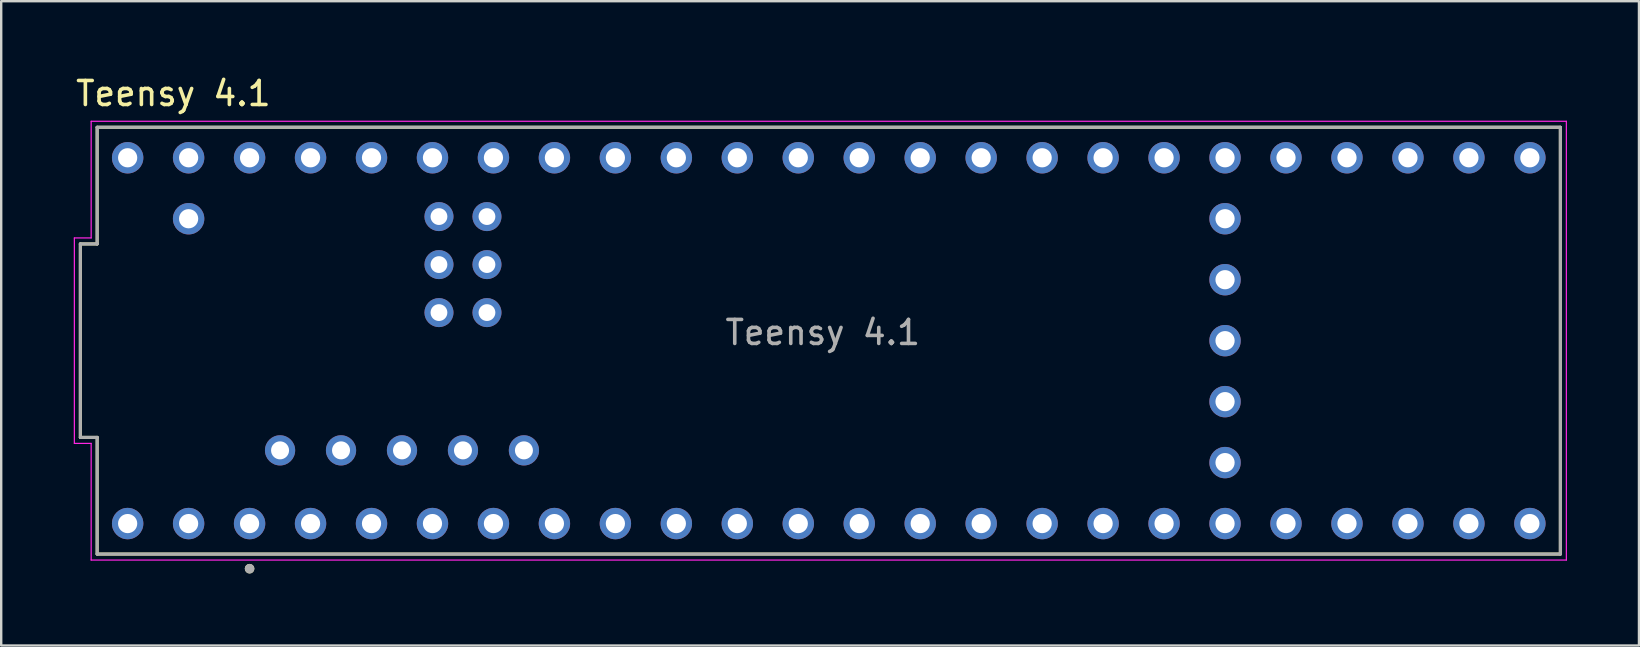
<source format=kicad_pcb>
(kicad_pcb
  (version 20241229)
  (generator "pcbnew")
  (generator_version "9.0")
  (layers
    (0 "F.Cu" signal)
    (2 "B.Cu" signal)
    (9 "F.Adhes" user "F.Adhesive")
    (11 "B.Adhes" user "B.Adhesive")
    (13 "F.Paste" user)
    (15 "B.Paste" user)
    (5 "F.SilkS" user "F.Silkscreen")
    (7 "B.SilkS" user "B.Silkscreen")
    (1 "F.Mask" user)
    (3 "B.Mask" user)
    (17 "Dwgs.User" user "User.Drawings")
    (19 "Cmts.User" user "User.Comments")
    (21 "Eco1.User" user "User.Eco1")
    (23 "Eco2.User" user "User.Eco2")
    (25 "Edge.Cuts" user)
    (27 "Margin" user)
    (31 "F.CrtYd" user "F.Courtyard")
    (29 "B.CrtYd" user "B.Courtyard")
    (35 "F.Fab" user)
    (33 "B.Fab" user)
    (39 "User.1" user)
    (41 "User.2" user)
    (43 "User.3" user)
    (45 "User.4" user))
  (footprint "Teensy 4.1"
    (layer "F.Cu")
    (at 31.478 11.143)
    (property "Reference" "Teensy 4.1" (at -27.305 -10.295 0) (layer "F.SilkS") (effects (font (size 1 1) (thickness 0.15))))
    (attr through_hole)
    (fp_line (start -31.18 4.03) (end -31.18 -4.03) (stroke (width 0.127) (type solid)) (layer "F.SilkS"))
    (fp_line (start -30.48 -8.89) (end -30.48 -4.03) (stroke (width 0.127) (type solid)) (layer "F.SilkS"))
    (fp_line (start -30.48 -8.89) (end 30.48 -8.89) (stroke (width 0.127) (type solid)) (layer "F.SilkS"))
    (fp_line (start -30.48 -4.03) (end -31.18 -4.03) (stroke (width 0.127) (type solid)) (layer "F.SilkS"))
    (fp_line (start -30.48 4.03) (end -31.18 4.03) (stroke (width 0.127) (type solid)) (layer "F.SilkS"))
    (fp_line (start -30.48 8.89) (end -30.48 4.03) (stroke (width 0.127) (type solid)) (layer "F.SilkS"))
    (fp_line (start 30.48 -8.89) (end 30.48 8.89) (stroke (width 0.127) (type solid)) (layer "F.SilkS"))
    (fp_line (start 30.48 8.89) (end -30.48 8.89) (stroke (width 0.127) (type solid)) (layer "F.SilkS"))
    (fp_circle (center -24.13 9.5) (end -24.03 9.5) (stroke (width 0.2) (type solid)) (fill no) (layer "F.SilkS"))
    (fp_line (start -31.43 4.28) (end -31.43 -4.28) (stroke (width 0.05) (type solid)) (layer "F.CrtYd"))
    (fp_line (start -30.73 -9.14) (end -30.73 -4.28) (stroke (width 0.05) (type solid)) (layer "F.CrtYd"))
    (fp_line (start -30.73 -9.14) (end 30.73 -9.14) (stroke (width 0.05) (type solid)) (layer "F.CrtYd"))
    (fp_line (start -30.73 -4.28) (end -31.43 -4.28) (stroke (width 0.05) (type solid)) (layer "F.CrtYd"))
    (fp_line (start -30.73 4.28) (end -31.43 4.28) (stroke (width 0.05) (type solid)) (layer "F.CrtYd"))
    (fp_line (start -30.73 9.14) (end -30.73 4.28) (stroke (width 0.05) (type solid)) (layer "F.CrtYd"))
    (fp_line (start 30.73 -9.14) (end 30.73 9.14) (stroke (width 0.05) (type solid)) (layer "F.CrtYd"))
    (fp_line (start 30.73 9.14) (end -30.73 9.14) (stroke (width 0.05) (type solid)) (layer "F.CrtYd"))
    (fp_line (start -31.18 4.03) (end -31.18 -4.03) (stroke (width 0.127) (type solid)) (layer "F.Fab"))
    (fp_line (start -30.48 -8.89) (end -30.48 -4.03) (stroke (width 0.127) (type solid)) (layer "F.Fab"))
    (fp_line (start -30.48 -8.89) (end 30.48 -8.89) (stroke (width 0.127) (type solid)) (layer "F.Fab"))
    (fp_line (start -30.48 -4.03) (end -31.18 -4.03) (stroke (width 0.127) (type solid)) (layer "F.Fab"))
    (fp_line (start -30.48 4.03) (end -31.18 4.03) (stroke (width 0.127) (type solid)) (layer "F.Fab"))
    (fp_line (start -30.48 8.89) (end -30.48 4.03) (stroke (width 0.127) (type solid)) (layer "F.Fab"))
    (fp_line (start 30.48 -8.89) (end 30.48 8.89) (stroke (width 0.127) (type solid)) (layer "F.Fab"))
    (fp_line (start 30.48 8.89) (end -30.48 8.89) (stroke (width 0.127) (type solid)) (layer "F.Fab"))
    (fp_circle (center -24.13 9.5) (end -24.03 9.5) (stroke (width 0.2) (type solid)) (fill no) (layer "F.Fab"))
    (fp_text user "Teensy 4.1" (at -0.25 -0.34 0) (layer "F.Fab") (effects (font (size 1 1) (thickness 0.15))))
    (pad "0" thru_hole circle (at -26.67 7.62) (size 1.308 1.308) (drill 0.8) (layers "*.Cu" "*.Mask"))
    (pad "1" thru_hole circle (at -24.13 7.62) (size 1.308 1.308) (drill 0.8) (layers "*.Cu" "*.Mask"))
    (pad "2" thru_hole circle (at -21.59 7.62) (size 1.308 1.308) (drill 0.8) (layers "*.Cu" "*.Mask"))
    (pad "3" thru_hole circle (at -19.05 7.62) (size 1.308 1.308) (drill 0.8) (layers "*.Cu" "*.Mask"))
    (pad "3.3V_1" thru_hole circle (at 6.35 7.62) (size 1.308 1.308) (drill 0.8) (layers "*.Cu" "*.Mask"))
    (pad "3.3V_2" thru_hole circle (at -24.13 -7.62) (size 1.308 1.308) (drill 0.8) (layers "*.Cu" "*.Mask"))
    (pad "3.3V_3" thru_hole circle (at 16.51 2.54) (size 1.308 1.308) (drill 0.8) (layers "*.Cu" "*.Mask"))
    (pad "4" thru_hole circle (at -16.51 7.62) (size 1.308 1.308) (drill 0.8) (layers "*.Cu" "*.Mask"))
    (pad "5" thru_hole circle (at -13.97 7.62) (size 1.308 1.308) (drill 0.8) (layers "*.Cu" "*.Mask"))
    (pad "5V" thru_hole circle (at -22.86 4.57) (size 1.258 1.258) (drill 0.75) (layers "*.Cu" "*.Mask"))
    (pad "6" thru_hole circle (at -11.43 7.62) (size 1.308 1.308) (drill 0.8) (layers "*.Cu" "*.Mask"))
    (pad "7" thru_hole circle (at -8.89 7.62) (size 1.308 1.308) (drill 0.8) (layers "*.Cu" "*.Mask"))
    (pad "8" thru_hole circle (at -6.35 7.62) (size 1.308 1.308) (drill 0.8) (layers "*.Cu" "*.Mask"))
    (pad "9" thru_hole circle (at -3.81 7.62) (size 1.308 1.308) (drill 0.8) (layers "*.Cu" "*.Mask"))
    (pad "10" thru_hole circle (at -1.27 7.62) (size 1.308 1.308) (drill 0.8) (layers "*.Cu" "*.Mask"))
    (pad "11" thru_hole circle (at 1.27 7.62) (size 1.308 1.308) (drill 0.8) (layers "*.Cu" "*.Mask"))
    (pad "12" thru_hole circle (at 3.81 7.62) (size 1.308 1.308) (drill 0.8) (layers "*.Cu" "*.Mask"))
    (pad "13" thru_hole circle (at 3.81 -7.62) (size 1.308 1.308) (drill 0.8) (layers "*.Cu" "*.Mask"))
    (pad "14" thru_hole circle (at 1.27 -7.62) (size 1.308 1.308) (drill 0.8) (layers "*.Cu" "*.Mask"))
    (pad "15" thru_hole circle (at -1.27 -7.62) (size 1.308 1.308) (drill 0.8) (layers "*.Cu" "*.Mask"))
    (pad "16" thru_hole circle (at -3.81 -7.62) (size 1.308 1.308) (drill 0.8) (layers "*.Cu" "*.Mask"))
    (pad "17" thru_hole circle (at -6.35 -7.62) (size 1.308 1.308) (drill 0.8) (layers "*.Cu" "*.Mask"))
    (pad "18" thru_hole circle (at -8.89 -7.62) (size 1.308 1.308) (drill 0.8) (layers "*.Cu" "*.Mask"))
    (pad "19" thru_hole circle (at -11.43 -7.62) (size 1.308 1.308) (drill 0.8) (layers "*.Cu" "*.Mask"))
    (pad "20" thru_hole circle (at -13.97 -7.62) (size 1.308 1.308) (drill 0.8) (layers "*.Cu" "*.Mask"))
    (pad "21" thru_hole circle (at -16.51 -7.62) (size 1.308 1.308) (drill 0.8) (layers "*.Cu" "*.Mask"))
    (pad "22" thru_hole circle (at -19.05 -7.62) (size 1.308 1.308) (drill 0.8) (layers "*.Cu" "*.Mask"))
    (pad "23" thru_hole circle (at -21.59 -7.62) (size 1.308 1.308) (drill 0.8) (layers "*.Cu" "*.Mask"))
    (pad "24" thru_hole circle (at 8.89 7.62) (size 1.308 1.308) (drill 0.8) (layers "*.Cu" "*.Mask"))
    (pad "25" thru_hole circle (at 11.43 7.62) (size 1.308 1.308) (drill 0.8) (layers "*.Cu" "*.Mask"))
    (pad "26" thru_hole circle (at 13.97 7.62) (size 1.308 1.308) (drill 0.8) (layers "*.Cu" "*.Mask"))
    (pad "27" thru_hole circle (at 16.51 7.62) (size 1.308 1.308) (drill 0.8) (layers "*.Cu" "*.Mask"))
    (pad "28" thru_hole circle (at 19.05 7.62) (size 1.308 1.308) (drill 0.8) (layers "*.Cu" "*.Mask"))
    (pad "29" thru_hole circle (at 21.59 7.62) (size 1.308 1.308) (drill 0.8) (layers "*.Cu" "*.Mask"))
    (pad "30" thru_hole circle (at 24.13 7.62) (size 1.308 1.308) (drill 0.8) (layers "*.Cu" "*.Mask"))
    (pad "31" thru_hole circle (at 26.67 7.62) (size 1.308 1.308) (drill 0.8) (layers "*.Cu" "*.Mask"))
    (pad "32" thru_hole circle (at 29.21 7.62) (size 1.308 1.308) (drill 0.8) (layers "*.Cu" "*.Mask"))
    (pad "33" thru_hole circle (at 29.21 -7.62) (size 1.308 1.308) (drill 0.8) (layers "*.Cu" "*.Mask"))
    (pad "34" thru_hole circle (at 26.67 -7.62) (size 1.308 1.308) (drill 0.8) (layers "*.Cu" "*.Mask"))
    (pad "35" thru_hole circle (at 24.13 -7.62) (size 1.308 1.308) (drill 0.8) (layers "*.Cu" "*.Mask"))
    (pad "36" thru_hole circle (at 21.59 -7.62) (size 1.308 1.308) (drill 0.8) (layers "*.Cu" "*.Mask"))
    (pad "37" thru_hole circle (at 19.05 -7.62) (size 1.308 1.308) (drill 0.8) (layers "*.Cu" "*.Mask"))
    (pad "38" thru_hole circle (at 16.51 -7.62) (size 1.308 1.308) (drill 0.8) (layers "*.Cu" "*.Mask"))
    (pad "39" thru_hole circle (at 13.97 -7.62) (size 1.308 1.308) (drill 0.8) (layers "*.Cu" "*.Mask"))
    (pad "40" thru_hole circle (at 11.43 -7.62) (size 1.308 1.308) (drill 0.8) (layers "*.Cu" "*.Mask"))
    (pad "41" thru_hole circle (at 8.89 -7.62) (size 1.308 1.308) (drill 0.8) (layers "*.Cu" "*.Mask"))
    (pad "D+" thru_hole circle (at -17.78 4.57) (size 1.258 1.258) (drill 0.75) (layers "*.Cu" "*.Mask"))
    (pad "D-" thru_hole circle (at -20.32 4.57) (size 1.258 1.258) (drill 0.75) (layers "*.Cu" "*.Mask"))
    (pad "GND1" thru_hole circle (at -29.21 7.62) (size 1.308 1.308) (drill 0.8) (layers "*.Cu" "*.Mask"))
    (pad "GND2" thru_hole circle (at 6.35 -7.62) (size 1.308 1.308) (drill 0.8) (layers "*.Cu" "*.Mask"))
    (pad "GND3" thru_hole circle (at -26.67 -7.62) (size 1.308 1.308) (drill 0.8) (layers "*.Cu" "*.Mask"))
    (pad "GND4" thru_hole circle (at 16.51 0) (size 1.308 1.308) (drill 0.8) (layers "*.Cu" "*.Mask"))
    (pad "GND5" thru_hole circle (at -14.24 -3.17) (size 1.208 1.208) (drill 0.7) (layers "*.Cu" "*.Mask"))
    (pad "LED" thru_hole circle (at -16.24 -3.17) (size 1.208 1.208) (drill 0.7) (layers "*.Cu" "*.Mask"))
    (pad "ON/OFF" thru_hole circle (at 16.51 -5.08) (size 1.308 1.308) (drill 0.8) (layers "*.Cu" "*.Mask"))
    (pad "PROGRAM" thru_hole circle (at 16.51 -2.54) (size 1.308 1.308) (drill 0.8) (layers "*.Cu" "*.Mask"))
    (pad "R+" thru_hole circle (at -16.24 -5.17) (size 1.208 1.208) (drill 0.7) (layers "*.Cu" "*.Mask"))
    (pad "R-" thru_hole circle (at -14.24 -5.17) (size 1.208 1.208) (drill 0.7) (layers "*.Cu" "*.Mask"))
    (pad "T+" thru_hole circle (at -14.24 -1.17) (size 1.208 1.208) (drill 0.7) (layers "*.Cu" "*.Mask"))
    (pad "T-" thru_hole circle (at -16.24 -1.17) (size 1.208 1.208) (drill 0.7) (layers "*.Cu" "*.Mask"))
    (pad "USB_GND1" thru_hole circle (at -15.24 4.57) (size 1.258 1.258) (drill 0.75) (layers "*.Cu" "*.Mask"))
    (pad "USB_GND2" thru_hole circle (at -12.7 4.57) (size 1.258 1.258) (drill 0.75) (layers "*.Cu" "*.Mask"))
    (pad "VBAT" thru_hole circle (at 16.51 5.08) (size 1.308 1.308) (drill 0.8) (layers "*.Cu" "*.Mask"))
    (pad "VIN" thru_hole circle (at -29.21 -7.62) (size 1.308 1.308) (drill 0.8) (layers "*.Cu" "*.Mask"))
    (pad "VUSB" thru_hole circle (at -26.67 -5.08) (size 1.308 1.308) (drill 0.8) (layers "*.Cu" "*.Mask")))
  (gr_rect
    (start -3 -3)
    (end 65.233 23.843)
    (stroke (width 0.1) (type default))
    (fill no)
    (layer "Edge.Cuts")))
</source>
